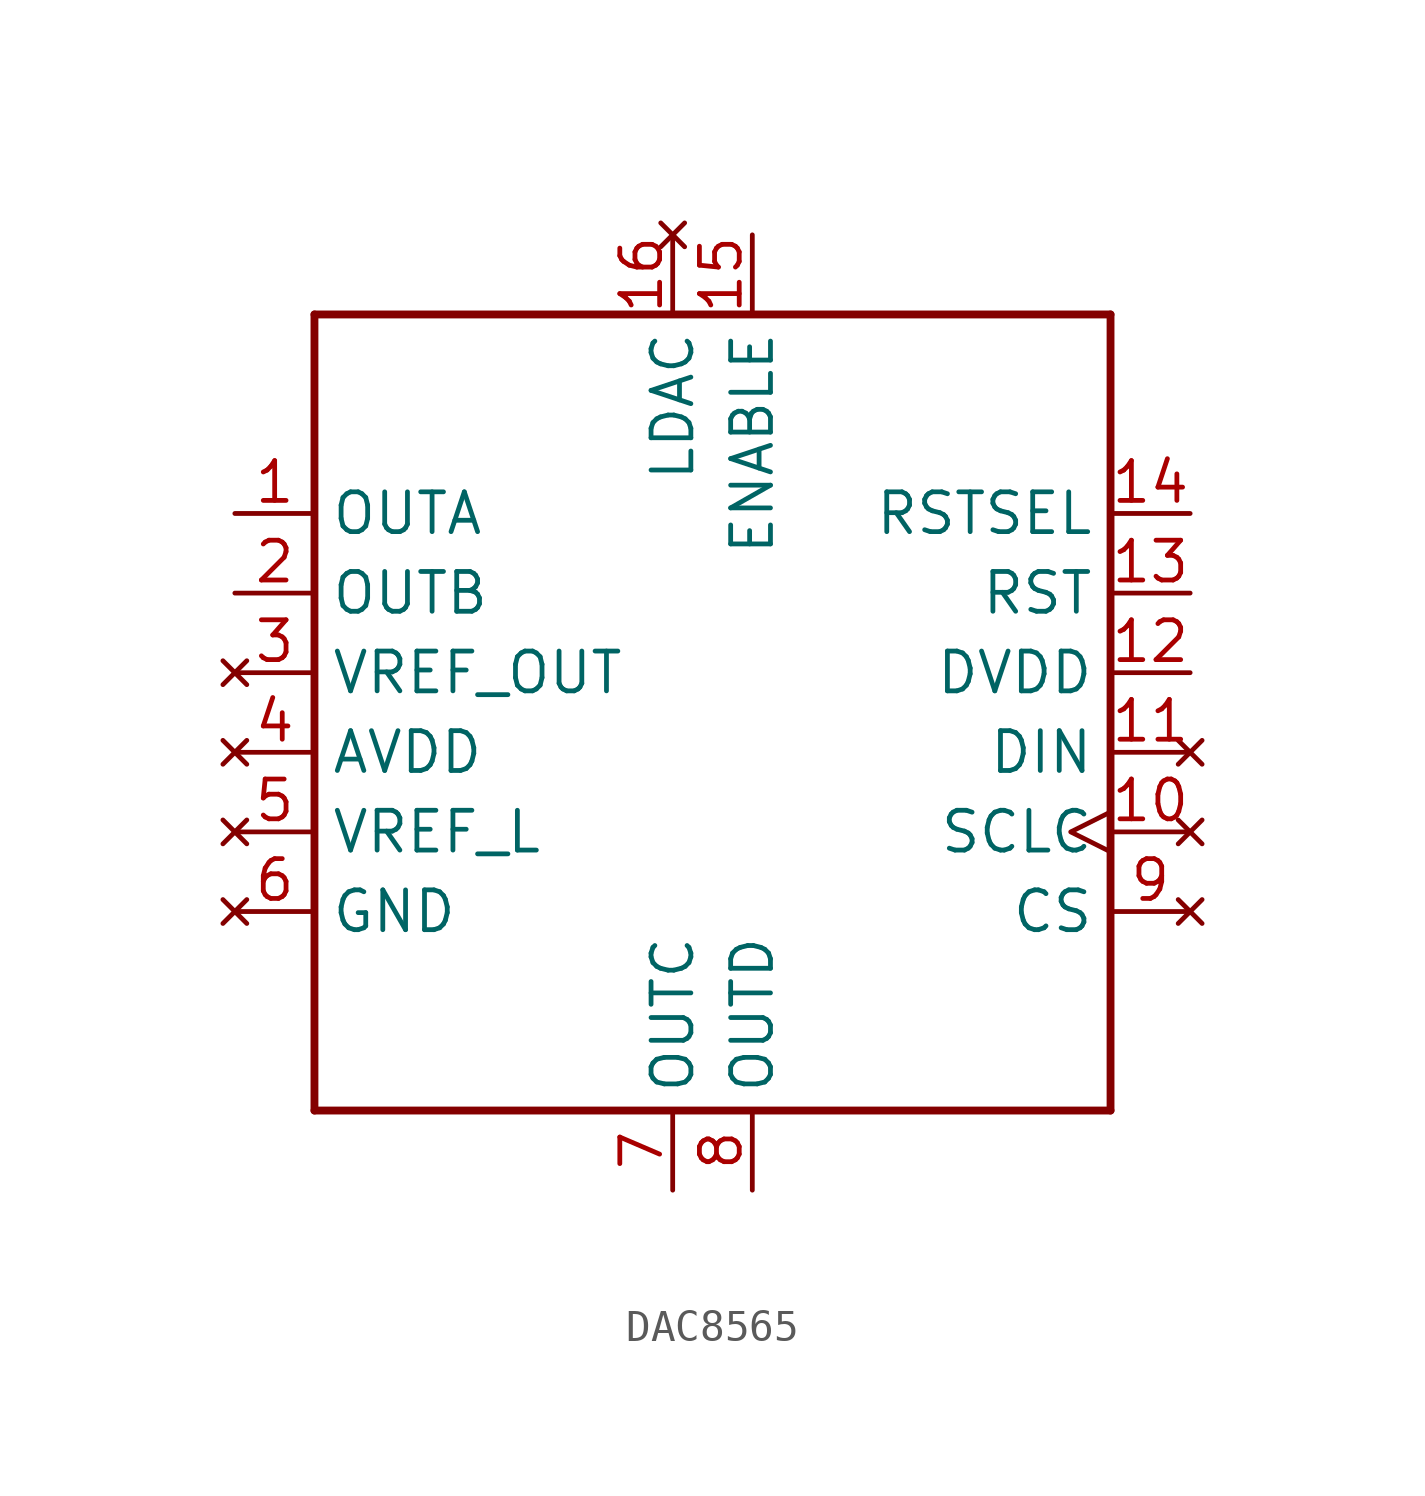
<source format=kicad_sym>
(kicad_symbol_lib
  (version 20231120)
  (generator "kicad_symbol_editor")
  (generator_version "8.0")
  (symbol "DAC8565"
    (property "Reference" "U"
      (at 0 0 0)
      (effects (font (size 1.27 1.27)) (hide yes)))
    (property "ki_locked" ""
      (at 0 0 0)
      (effects (font (size 1.27 1.27))))
    (symbol "DAC8565_1_0"
      (polyline (pts (xy -12.7 -12.7) (xy -12.7 12.7)) (stroke (width 0.25) (type solid)) (fill (type none)))
      (polyline (pts (xy -12.7 12.7) (xy 12.7 12.7)) (stroke (width 0.25) (type solid)) (fill (type none)))
      (polyline (pts (xy 12.7 -12.7) (xy -12.7 -12.7)) (stroke (width 0.25) (type solid)) (fill (type none)))
      (polyline (pts (xy 12.7 12.7) (xy 12.7 -12.7)) (stroke (width 0.25) (type solid)) (fill (type none)))
      (pin output line (at -15.24 6.35 0) (length 2.54) (name "OUTA" (effects (font (size 1.27 1.27)))) (number "1" (effects (font (size 1.27 1.27)))))
      (pin no_connect clock (at 15.24 -3.81 180) (length 2.54) (name "SCLC" (effects (font (size 1.27 1.27)))) (number "10" (effects (font (size 1.27 1.27)))))
      (pin no_connect line (at 15.24 -1.27 180) (length 2.54) (name "DIN" (effects (font (size 1.27 1.27)))) (number "11" (effects (font (size 1.27 1.27)))))
      (pin power_in line (at 15.24 1.27 180) (length 2.54) (name "DVDD" (effects (font (size 1.27 1.27)))) (number "12" (effects (font (size 1.27 1.27)))))
      (pin input line (at 15.24 3.81 180) (length 2.54) (name "RST" (effects (font (size 1.27 1.27)))) (number "13" (effects (font (size 1.27 1.27)))))
      (pin input line (at 15.24 6.35 180) (length 2.54) (name "RSTSEL" (effects (font (size 1.27 1.27)))) (number "14" (effects (font (size 1.27 1.27)))))
      (pin input line (at 1.27 15.24 270) (length 2.54) (name "ENABLE" (effects (font (size 1.27 1.27)))) (number "15" (effects (font (size 1.27 1.27)))))
      (pin no_connect line (at -1.27 15.24 270) (length 2.54) (name "LDAC" (effects (font (size 1.27 1.27)))) (number "16" (effects (font (size 1.27 1.27)))))
      (pin output line (at -15.24 3.81 0) (length 2.54) (name "OUTB" (effects (font (size 1.27 1.27)))) (number "2" (effects (font (size 1.27 1.27)))))
      (pin no_connect line (at -15.24 1.27 0) (length 2.54) (name "VREF_OUT" (effects (font (size 1.27 1.27)))) (number "3" (effects (font (size 1.27 1.27)))))
      (pin no_connect line (at -15.24 -1.27 0) (length 2.54) (name "AVDD" (effects (font (size 1.27 1.27)))) (number "4" (effects (font (size 1.27 1.27)))))
      (pin no_connect line (at -15.24 -3.81 0) (length 2.54) (name "VREF_L" (effects (font (size 1.27 1.27)))) (number "5" (effects (font (size 1.27 1.27)))))
      (pin no_connect line (at -15.24 -6.35 0) (length 2.54) (name "GND" (effects (font (size 1.27 1.27)))) (number "6" (effects (font (size 1.27 1.27)))))
      (pin output line (at -1.27 -15.24 90) (length 2.54) (name "OUTC" (effects (font (size 1.27 1.27)))) (number "7" (effects (font (size 1.27 1.27)))))
      (pin output line (at 1.27 -15.24 90) (length 2.54) (name "OUTD" (effects (font (size 1.27 1.27)))) (number "8" (effects (font (size 1.27 1.27)))))
      (pin no_connect line (at 15.24 -6.35 180) (length 2.54) (name "CS" (effects (font (size 1.27 1.27)))) (number "9" (effects (font (size 1.27 1.27))))))))
</source>
